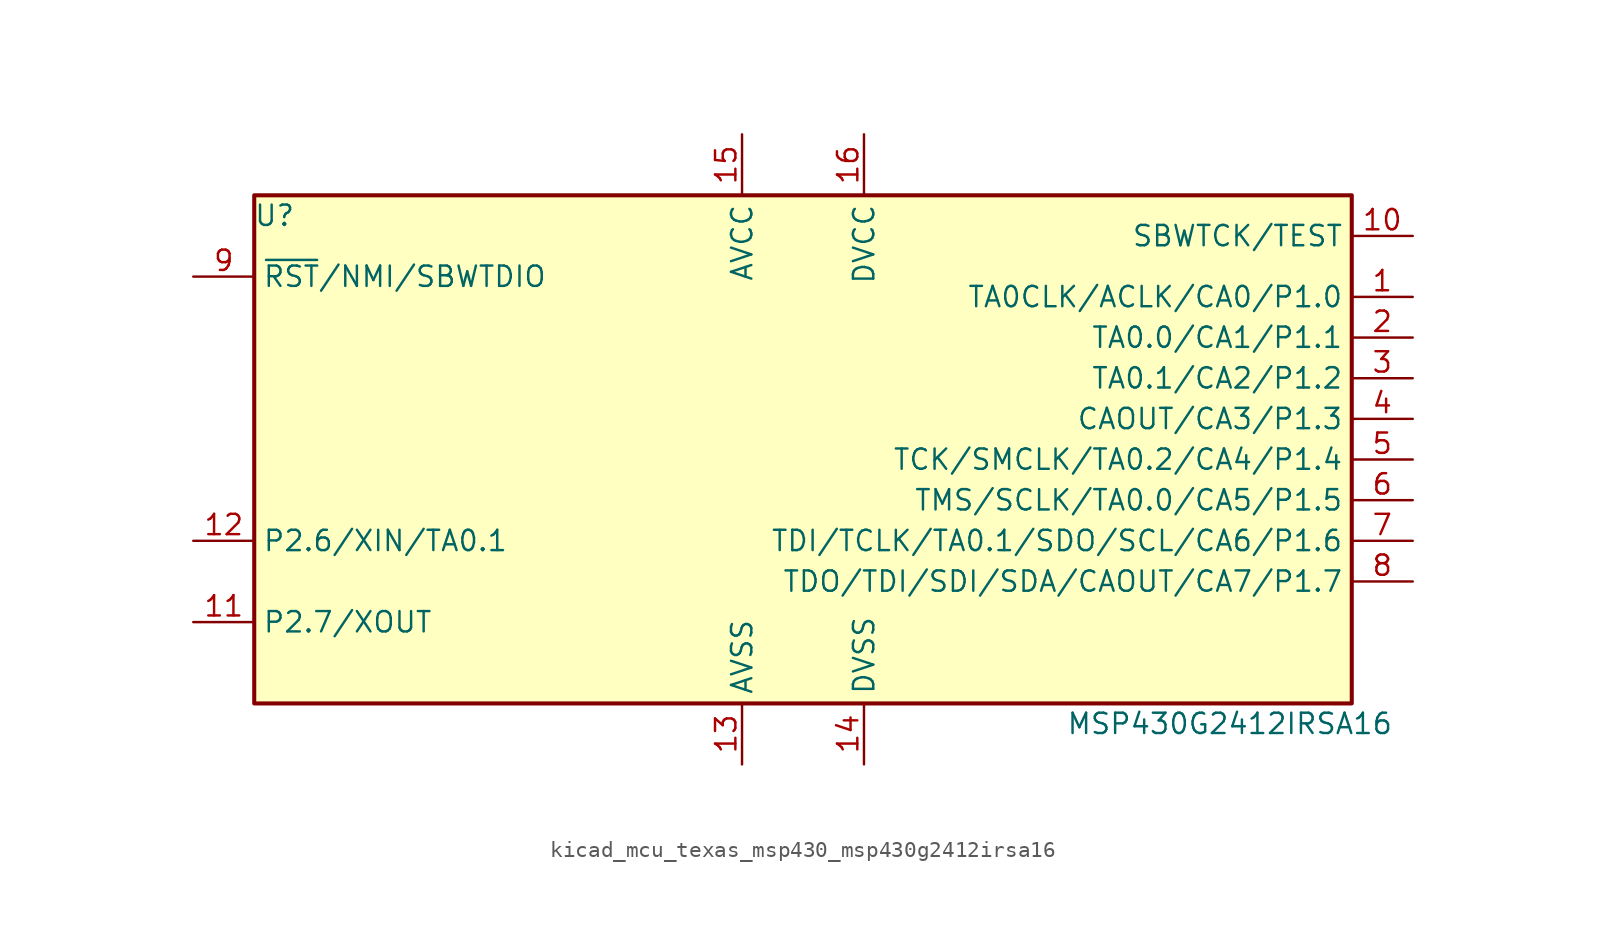
<source format=kicad_sym>
(kicad_symbol_lib
  (version 20220914)
  (generator kicad_symbol_editor)
  (symbol "kicad_mcu_texas_msp430_msp430g2412irsa16"
    (property "Reference" "U"
      (at -33.02 15.24 0)
      (effects (font (size 1.27 1.27))))
    (property "Value" "MSP430G2412IRSA16"
      (at 26.67 -16.51 0)
      (effects (font (size 1.27 1.27))))
    (symbol "kicad_mcu_texas_msp430_msp430g2412irsa16_0_1"
      (rectangle (start -34.29 16.51) (end 34.29 -15.24) (stroke (width 0.254) (type default)) (fill (type background))))
    (symbol "kicad_mcu_texas_msp430_msp430g2412irsa16_1_1"
      (pin bidirectional line (at 38.1 10.16 180) (length 3.81) (name "TA0CLK/ACLK/CA0/P1.0" (effects (font (size 1.27 1.27)))) (number "1" (effects (font (size 1.27 1.27)))))
      (pin input line (at 38.1 13.97 180) (length 3.81) (name "SBWTCK/TEST" (effects (font (size 1.27 1.27)))) (number "10" (effects (font (size 1.27 1.27)))))
      (pin bidirectional line (at -38.1 -10.16 0) (length 3.81) (name "P2.7/XOUT" (effects (font (size 1.27 1.27)))) (number "11" (effects (font (size 1.27 1.27)))))
      (pin bidirectional line (at -38.1 -5.08 0) (length 3.81) (name "P2.6/XIN/TA0.1" (effects (font (size 1.27 1.27)))) (number "12" (effects (font (size 1.27 1.27)))))
      (pin power_in line (at -3.81 -19.05 90) (length 3.81) (name "AVSS" (effects (font (size 1.27 1.27)))) (number "13" (effects (font (size 1.27 1.27)))))
      (pin power_in line (at 3.81 -19.05 90) (length 3.81) (name "DVSS" (effects (font (size 1.27 1.27)))) (number "14" (effects (font (size 1.27 1.27)))))
      (pin power_in line (at -3.81 20.32 270) (length 3.81) (name "AVCC" (effects (font (size 1.27 1.27)))) (number "15" (effects (font (size 1.27 1.27)))))
      (pin power_in line (at 3.81 20.32 270) (length 3.81) (name "DVCC" (effects (font (size 1.27 1.27)))) (number "16" (effects (font (size 1.27 1.27)))))
      (pin bidirectional line (at 38.1 7.62 180) (length 3.81) (name "TA0.0/CA1/P1.1" (effects (font (size 1.27 1.27)))) (number "2" (effects (font (size 1.27 1.27)))))
      (pin bidirectional line (at 38.1 5.08 180) (length 3.81) (name "TA0.1/CA2/P1.2" (effects (font (size 1.27 1.27)))) (number "3" (effects (font (size 1.27 1.27)))))
      (pin bidirectional line (at 38.1 2.54 180) (length 3.81) (name "CAOUT/CA3/P1.3" (effects (font (size 1.27 1.27)))) (number "4" (effects (font (size 1.27 1.27)))))
      (pin bidirectional line (at 38.1 0 180) (length 3.81) (name "TCK/SMCLK/TA0.2/CA4/P1.4" (effects (font (size 1.27 1.27)))) (number "5" (effects (font (size 1.27 1.27)))))
      (pin bidirectional line (at 38.1 -2.54 180) (length 3.81) (name "TMS/SCLK/TA0.0/CA5/P1.5" (effects (font (size 1.27 1.27)))) (number "6" (effects (font (size 1.27 1.27)))))
      (pin bidirectional line (at 38.1 -5.08 180) (length 3.81) (name "TDI/TCLK/TA0.1/SDO/SCL/CA6/P1.6" (effects (font (size 1.27 1.27)))) (number "7" (effects (font (size 1.27 1.27)))))
      (pin bidirectional line (at 38.1 -7.62 180) (length 3.81) (name "TDO/TDI/SDI/SDA/CAOUT/CA7/P1.7" (effects (font (size 1.27 1.27)))) (number "8" (effects (font (size 1.27 1.27)))))
      (pin input line (at -38.1 11.43 0) (length 3.81) (name "~{RST}/NMI/SBWTDIO" (effects (font (size 1.27 1.27)))) (number "9" (effects (font (size 1.27 1.27))))))))
</source>
